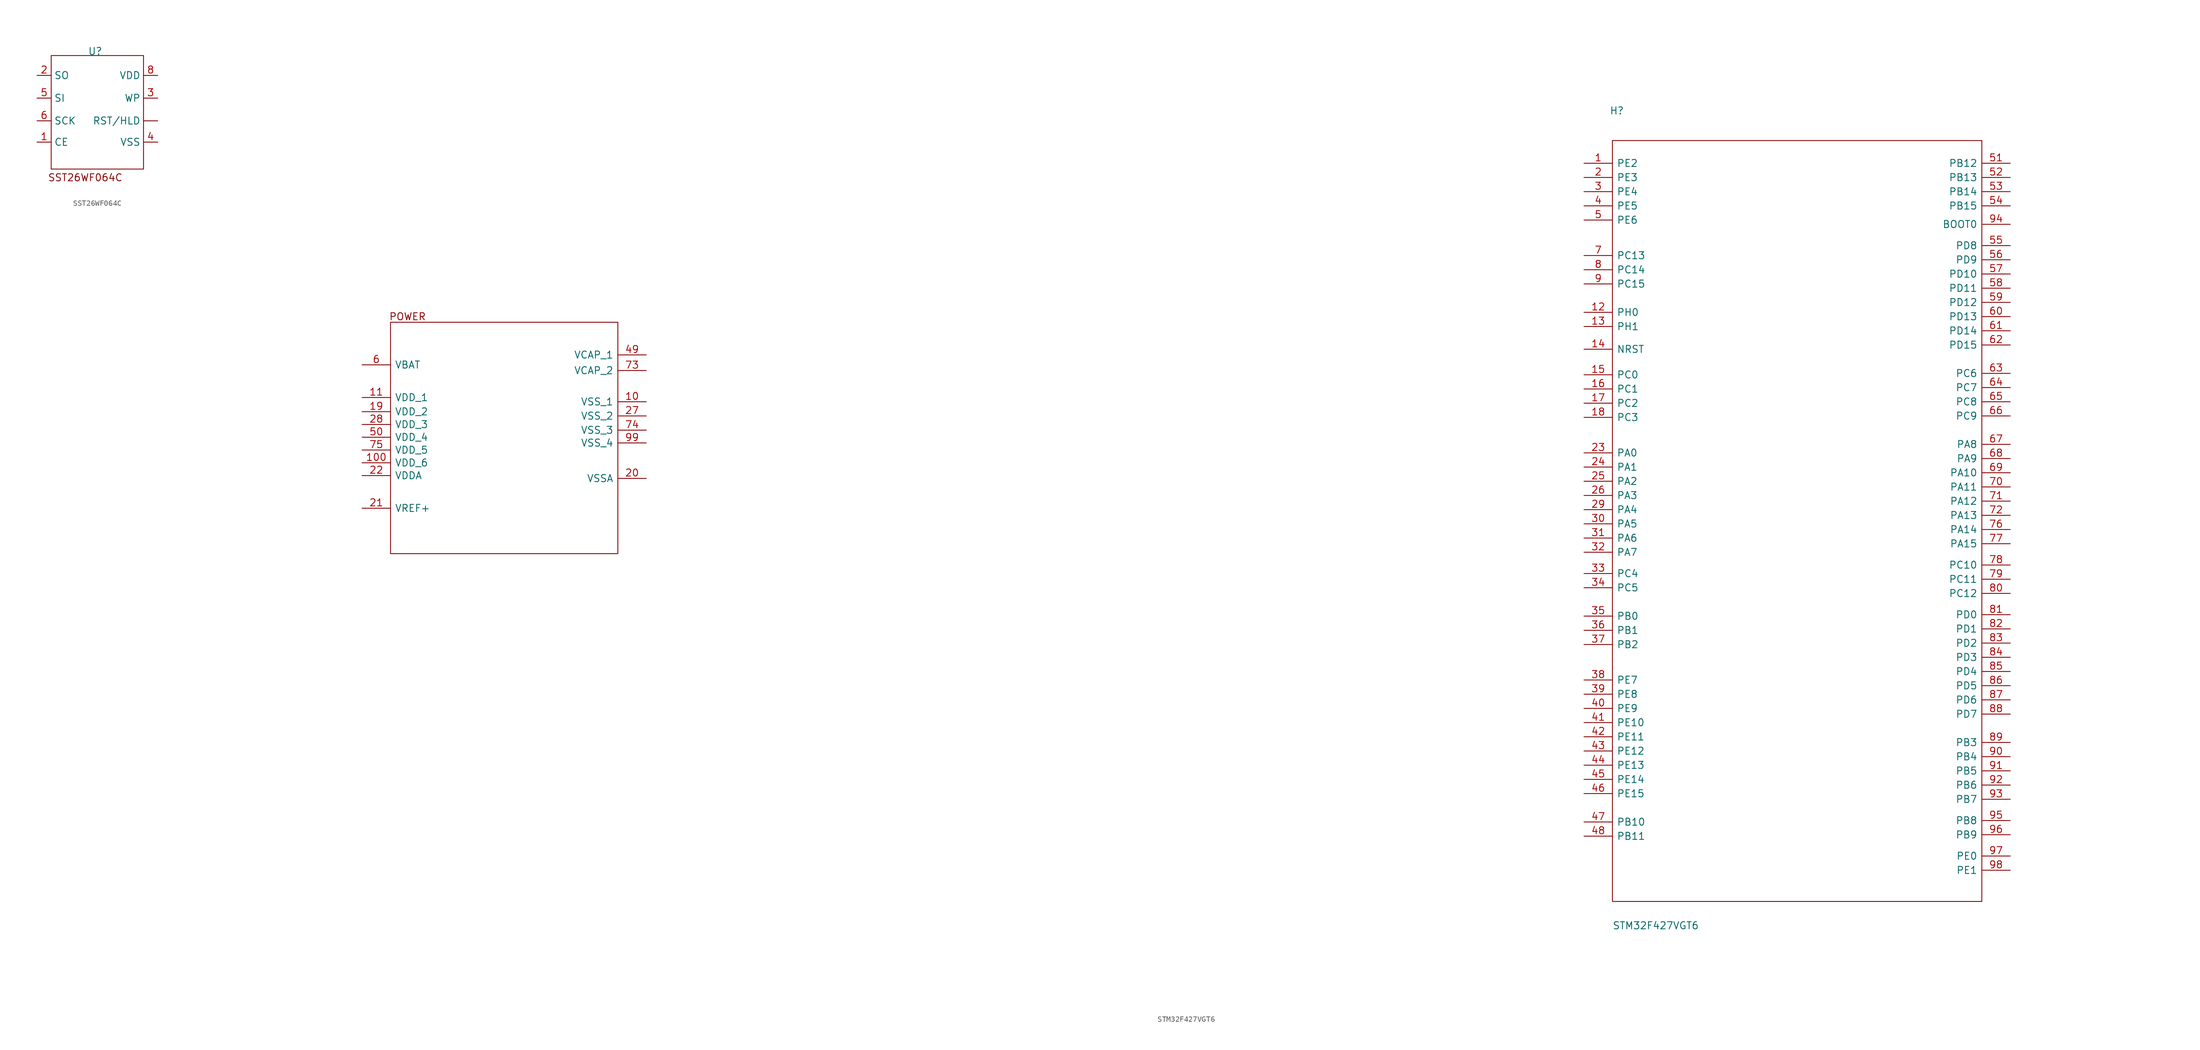
<source format=kicad_sym>
(kicad_symbol_lib
  (version 20220914)
  (generator kicad_symbol_editor)
  (symbol "SST26WF064C"
    (property "Reference" "U"
      (at 1.778 -2.286 0)
      (effects (font (size 1.27 1.27))))
    (property "Value" ""
      (at 0 0 0)
      (effects (font (size 1.27 1.27))))
    (symbol "SST26WF064C_0_1"
      (rectangle (start -6.096 -3.048) (end 10.414 -23.368) (stroke (width 0) (type default)) (fill (type none)))
      (text "SST26WF064C" (at 0 -24.892 0) (effects (font (size 1.27 1.27)))))
    (symbol "SST26WF064C_1_1"
      (pin input line (at 12.954 -14.732 180) (length 2.54) (name "RST/HLD" (effects (font (size 1.27 1.27)))) (number "" (effects (font (size 1.27 1.27)))))
      (pin input line (at -8.636 -18.542 0) (length 2.54) (name "CE" (effects (font (size 1.27 1.27)))) (number "1" (effects (font (size 1.27 1.27)))))
      (pin input line (at -8.636 -6.604 0) (length 2.54) (name "SO" (effects (font (size 1.27 1.27)))) (number "2" (effects (font (size 1.27 1.27)))))
      (pin input line (at 12.954 -10.668 180) (length 2.54) (name "WP" (effects (font (size 1.27 1.27)))) (number "3" (effects (font (size 1.27 1.27)))))
      (pin input line (at 12.954 -18.542 180) (length 2.54) (name "VSS" (effects (font (size 1.27 1.27)))) (number "4" (effects (font (size 1.27 1.27)))))
      (pin input line (at -8.636 -10.668 0) (length 2.54) (name "SI" (effects (font (size 1.27 1.27)))) (number "5" (effects (font (size 1.27 1.27)))))
      (pin input line (at -8.636 -14.732 0) (length 2.54) (name "SCK" (effects (font (size 1.27 1.27)))) (number "6" (effects (font (size 1.27 1.27)))))
      (pin input line (at 12.954 -6.604 180) (length 2.54) (name "VDD" (effects (font (size 1.27 1.27)))) (number "8" (effects (font (size 1.27 1.27)))))))
  (symbol "STM32F427VGT6"
    (pin_names
      (offset 0.762))
    (property "Reference" "H"
      (at 4.572 16.764 0)
      (effects (font (size 1.27 1.27)) (justify left)))
    (property "Value" "STM32F427VGT6"
      (at 5.08 -129.032 0)
      (effects (font (size 1.27 1.27)) (justify left)))
    (symbol "STM32F427VGT6_0_0"
      (pin passive line (at 0 7.366 0) (length 5.08) (name "PE2" (effects (font (size 1.27 1.27)))) (number "1" (effects (font (size 1.27 1.27)))))
      (pin passive line (at -167.64 -35.306 180) (length 5.08) (name "VSS_1" (effects (font (size 1.27 1.27)))) (number "10" (effects (font (size 1.27 1.27)))))
      (pin passive line (at -218.44 -46.228 0) (length 5.08) (name "VDD_6" (effects (font (size 1.27 1.27)))) (number "100" (effects (font (size 1.27 1.27)))))
      (pin passive line (at -218.44 -34.544 0) (length 5.08) (name "VDD_1" (effects (font (size 1.27 1.27)))) (number "11" (effects (font (size 1.27 1.27)))))
      (pin passive line (at 0 -19.304 0) (length 5.08) (name "PH0" (effects (font (size 1.27 1.27)))) (number "12" (effects (font (size 1.27 1.27)))))
      (pin passive line (at 0 -21.844 0) (length 5.08) (name "PH1" (effects (font (size 1.27 1.27)))) (number "13" (effects (font (size 1.27 1.27)))))
      (pin passive line (at 0 -25.908 0) (length 5.08) (name "NRST" (effects (font (size 1.27 1.27)))) (number "14" (effects (font (size 1.27 1.27)))))
      (pin passive line (at 0 -30.48 0) (length 5.08) (name "PC0" (effects (font (size 1.27 1.27)))) (number "15" (effects (font (size 1.27 1.27)))))
      (pin passive line (at 0 -33.02 0) (length 5.08) (name "PC1" (effects (font (size 1.27 1.27)))) (number "16" (effects (font (size 1.27 1.27)))))
      (pin passive line (at 0 -35.56 0) (length 5.08) (name "PC2" (effects (font (size 1.27 1.27)))) (number "17" (effects (font (size 1.27 1.27)))))
      (pin passive line (at 0 -38.1 0) (length 5.08) (name "PC3" (effects (font (size 1.27 1.27)))) (number "18" (effects (font (size 1.27 1.27)))))
      (pin passive line (at -218.44 -37.084 0) (length 5.08) (name "VDD_2" (effects (font (size 1.27 1.27)))) (number "19" (effects (font (size 1.27 1.27)))))
      (pin passive line (at 0 4.826 0) (length 5.08) (name "PE3" (effects (font (size 1.27 1.27)))) (number "2" (effects (font (size 1.27 1.27)))))
      (pin passive line (at -167.64 -49.022 180) (length 5.08) (name "VSSA" (effects (font (size 1.27 1.27)))) (number "20" (effects (font (size 1.27 1.27)))))
      (pin passive line (at -218.44 -54.356 0) (length 5.08) (name "VREF+" (effects (font (size 1.27 1.27)))) (number "21" (effects (font (size 1.27 1.27)))))
      (pin passive line (at -218.44 -48.514 0) (length 5.08) (name "VDDA" (effects (font (size 1.27 1.27)))) (number "22" (effects (font (size 1.27 1.27)))))
      (pin passive line (at 0 -44.45 0) (length 5.08) (name "PA0" (effects (font (size 1.27 1.27)))) (number "23" (effects (font (size 1.27 1.27)))))
      (pin passive line (at 0 -46.99 0) (length 5.08) (name "PA1" (effects (font (size 1.27 1.27)))) (number "24" (effects (font (size 1.27 1.27)))))
      (pin passive line (at 0 -49.53 0) (length 5.08) (name "PA2" (effects (font (size 1.27 1.27)))) (number "25" (effects (font (size 1.27 1.27)))))
      (pin passive line (at 0 -52.07 0) (length 5.08) (name "PA3" (effects (font (size 1.27 1.27)))) (number "26" (effects (font (size 1.27 1.27)))))
      (pin passive line (at -167.64 -37.846 180) (length 5.08) (name "VSS_2" (effects (font (size 1.27 1.27)))) (number "27" (effects (font (size 1.27 1.27)))))
      (pin passive line (at -218.44 -39.37 0) (length 5.08) (name "VDD_3" (effects (font (size 1.27 1.27)))) (number "28" (effects (font (size 1.27 1.27)))))
      (pin passive line (at 0 -54.61 0) (length 5.08) (name "PA4" (effects (font (size 1.27 1.27)))) (number "29" (effects (font (size 1.27 1.27)))))
      (pin passive line (at 0 2.286 0) (length 5.08) (name "PE4" (effects (font (size 1.27 1.27)))) (number "3" (effects (font (size 1.27 1.27)))))
      (pin passive line (at 0 -57.15 0) (length 5.08) (name "PA5" (effects (font (size 1.27 1.27)))) (number "30" (effects (font (size 1.27 1.27)))))
      (pin passive line (at 0 -59.69 0) (length 5.08) (name "PA6" (effects (font (size 1.27 1.27)))) (number "31" (effects (font (size 1.27 1.27)))))
      (pin passive line (at 0 -62.23 0) (length 5.08) (name "PA7" (effects (font (size 1.27 1.27)))) (number "32" (effects (font (size 1.27 1.27)))))
      (pin passive line (at 0 -66.04 0) (length 5.08) (name "PC4" (effects (font (size 1.27 1.27)))) (number "33" (effects (font (size 1.27 1.27)))))
      (pin passive line (at 0 -68.58 0) (length 5.08) (name "PC5" (effects (font (size 1.27 1.27)))) (number "34" (effects (font (size 1.27 1.27)))))
      (pin passive line (at 0 -73.66 0) (length 5.08) (name "PB0" (effects (font (size 1.27 1.27)))) (number "35" (effects (font (size 1.27 1.27)))))
      (pin passive line (at 0 -76.2 0) (length 5.08) (name "PB1" (effects (font (size 1.27 1.27)))) (number "36" (effects (font (size 1.27 1.27)))))
      (pin passive line (at 0 -78.74 0) (length 5.08) (name "PB2" (effects (font (size 1.27 1.27)))) (number "37" (effects (font (size 1.27 1.27)))))
      (pin passive line (at 0 -85.09 0) (length 5.08) (name "PE7" (effects (font (size 1.27 1.27)))) (number "38" (effects (font (size 1.27 1.27)))))
      (pin passive line (at 0 -87.63 0) (length 5.08) (name "PE8" (effects (font (size 1.27 1.27)))) (number "39" (effects (font (size 1.27 1.27)))))
      (pin passive line (at 0 -0.254 0) (length 5.08) (name "PE5" (effects (font (size 1.27 1.27)))) (number "4" (effects (font (size 1.27 1.27)))))
      (pin passive line (at 0 -90.17 0) (length 5.08) (name "PE9" (effects (font (size 1.27 1.27)))) (number "40" (effects (font (size 1.27 1.27)))))
      (pin passive line (at 0 -92.71 0) (length 5.08) (name "PE10" (effects (font (size 1.27 1.27)))) (number "41" (effects (font (size 1.27 1.27)))))
      (pin passive line (at 0 -95.25 0) (length 5.08) (name "PE11" (effects (font (size 1.27 1.27)))) (number "42" (effects (font (size 1.27 1.27)))))
      (pin passive line (at 0 -97.79 0) (length 5.08) (name "PE12" (effects (font (size 1.27 1.27)))) (number "43" (effects (font (size 1.27 1.27)))))
      (pin passive line (at 0 -100.33 0) (length 5.08) (name "PE13" (effects (font (size 1.27 1.27)))) (number "44" (effects (font (size 1.27 1.27)))))
      (pin passive line (at 0 -102.87 0) (length 5.08) (name "PE14" (effects (font (size 1.27 1.27)))) (number "45" (effects (font (size 1.27 1.27)))))
      (pin passive line (at 0 -105.41 0) (length 5.08) (name "PE15" (effects (font (size 1.27 1.27)))) (number "46" (effects (font (size 1.27 1.27)))))
      (pin passive line (at 0 -110.49 0) (length 5.08) (name "PB10" (effects (font (size 1.27 1.27)))) (number "47" (effects (font (size 1.27 1.27)))))
      (pin passive line (at 0 -113.03 0) (length 5.08) (name "PB11" (effects (font (size 1.27 1.27)))) (number "48" (effects (font (size 1.27 1.27)))))
      (pin passive line (at -167.64 -26.924 180) (length 5.08) (name "VCAP_1" (effects (font (size 1.27 1.27)))) (number "49" (effects (font (size 1.27 1.27)))))
      (pin passive line (at 0 -2.794 0) (length 5.08) (name "PE6" (effects (font (size 1.27 1.27)))) (number "5" (effects (font (size 1.27 1.27)))))
      (pin passive line (at -218.44 -41.656 0) (length 5.08) (name "VDD_4" (effects (font (size 1.27 1.27)))) (number "50" (effects (font (size 1.27 1.27)))))
      (pin passive line (at 76.2 7.366 180) (length 5.08) (name "PB12" (effects (font (size 1.27 1.27)))) (number "51" (effects (font (size 1.27 1.27)))))
      (pin passive line (at 76.2 4.826 180) (length 5.08) (name "PB13" (effects (font (size 1.27 1.27)))) (number "52" (effects (font (size 1.27 1.27)))))
      (pin passive line (at 76.2 2.286 180) (length 5.08) (name "PB14" (effects (font (size 1.27 1.27)))) (number "53" (effects (font (size 1.27 1.27)))))
      (pin passive line (at 76.2 -0.254 180) (length 5.08) (name "PB15" (effects (font (size 1.27 1.27)))) (number "54" (effects (font (size 1.27 1.27)))))
      (pin passive line (at 76.2 -7.366 180) (length 5.08) (name "PD8" (effects (font (size 1.27 1.27)))) (number "55" (effects (font (size 1.27 1.27)))))
      (pin passive line (at 76.2 -9.906 180) (length 5.08) (name "PD9" (effects (font (size 1.27 1.27)))) (number "56" (effects (font (size 1.27 1.27)))))
      (pin passive line (at 76.2 -12.446 180) (length 5.08) (name "PD10" (effects (font (size 1.27 1.27)))) (number "57" (effects (font (size 1.27 1.27)))))
      (pin passive line (at 76.2 -14.986 180) (length 5.08) (name "PD11" (effects (font (size 1.27 1.27)))) (number "58" (effects (font (size 1.27 1.27)))))
      (pin passive line (at 76.2 -17.526 180) (length 5.08) (name "PD12" (effects (font (size 1.27 1.27)))) (number "59" (effects (font (size 1.27 1.27)))))
      (pin passive line (at -218.44 -28.702 0) (length 5.08) (name "VBAT" (effects (font (size 1.27 1.27)))) (number "6" (effects (font (size 1.27 1.27)))))
      (pin passive line (at 76.2 -20.066 180) (length 5.08) (name "PD13" (effects (font (size 1.27 1.27)))) (number "60" (effects (font (size 1.27 1.27)))))
      (pin passive line (at 76.2 -22.606 180) (length 5.08) (name "PD14" (effects (font (size 1.27 1.27)))) (number "61" (effects (font (size 1.27 1.27)))))
      (pin passive line (at 76.2 -25.146 180) (length 5.08) (name "PD15" (effects (font (size 1.27 1.27)))) (number "62" (effects (font (size 1.27 1.27)))))
      (pin passive line (at 76.2 -30.226 180) (length 5.08) (name "PC6" (effects (font (size 1.27 1.27)))) (number "63" (effects (font (size 1.27 1.27)))))
      (pin passive line (at 76.2 -32.766 180) (length 5.08) (name "PC7" (effects (font (size 1.27 1.27)))) (number "64" (effects (font (size 1.27 1.27)))))
      (pin passive line (at 76.2 -35.306 180) (length 5.08) (name "PC8" (effects (font (size 1.27 1.27)))) (number "65" (effects (font (size 1.27 1.27)))))
      (pin passive line (at 76.2 -37.846 180) (length 5.08) (name "PC9" (effects (font (size 1.27 1.27)))) (number "66" (effects (font (size 1.27 1.27)))))
      (pin passive line (at 76.2 -42.926 180) (length 5.08) (name "PA8" (effects (font (size 1.27 1.27)))) (number "67" (effects (font (size 1.27 1.27)))))
      (pin passive line (at 76.2 -45.466 180) (length 5.08) (name "PA9" (effects (font (size 1.27 1.27)))) (number "68" (effects (font (size 1.27 1.27)))))
      (pin passive line (at 76.2 -48.006 180) (length 5.08) (name "PA10" (effects (font (size 1.27 1.27)))) (number "69" (effects (font (size 1.27 1.27)))))
      (pin passive line (at 0 -9.144 0) (length 5.08) (name "PC13" (effects (font (size 1.27 1.27)))) (number "7" (effects (font (size 1.27 1.27)))))
      (pin passive line (at 76.2 -50.546 180) (length 5.08) (name "PA11" (effects (font (size 1.27 1.27)))) (number "70" (effects (font (size 1.27 1.27)))))
      (pin passive line (at 76.2 -53.086 180) (length 5.08) (name "PA12" (effects (font (size 1.27 1.27)))) (number "71" (effects (font (size 1.27 1.27)))))
      (pin passive line (at 76.2 -55.626 180) (length 5.08) (name "PA13" (effects (font (size 1.27 1.27)))) (number "72" (effects (font (size 1.27 1.27)))))
      (pin passive line (at -167.64 -29.718 180) (length 5.08) (name "VCAP_2" (effects (font (size 1.27 1.27)))) (number "73" (effects (font (size 1.27 1.27)))))
      (pin passive line (at -167.64 -40.386 180) (length 5.08) (name "VSS_3" (effects (font (size 1.27 1.27)))) (number "74" (effects (font (size 1.27 1.27)))))
      (pin passive line (at -218.44 -43.942 0) (length 5.08) (name "VDD_5" (effects (font (size 1.27 1.27)))) (number "75" (effects (font (size 1.27 1.27)))))
      (pin passive line (at 76.2 -58.166 180) (length 5.08) (name "PA14" (effects (font (size 1.27 1.27)))) (number "76" (effects (font (size 1.27 1.27)))))
      (pin passive line (at 76.2 -60.706 180) (length 5.08) (name "PA15" (effects (font (size 1.27 1.27)))) (number "77" (effects (font (size 1.27 1.27)))))
      (pin passive line (at 76.2 -64.516 180) (length 5.08) (name "PC10" (effects (font (size 1.27 1.27)))) (number "78" (effects (font (size 1.27 1.27)))))
      (pin passive line (at 76.2 -67.056 180) (length 5.08) (name "PC11" (effects (font (size 1.27 1.27)))) (number "79" (effects (font (size 1.27 1.27)))))
      (pin passive line (at 0 -11.684 0) (length 5.08) (name "PC14" (effects (font (size 1.27 1.27)))) (number "8" (effects (font (size 1.27 1.27)))))
      (pin passive line (at 76.2 -69.596 180) (length 5.08) (name "PC12" (effects (font (size 1.27 1.27)))) (number "80" (effects (font (size 1.27 1.27)))))
      (pin passive line (at 76.2 -73.406 180) (length 5.08) (name "PD0" (effects (font (size 1.27 1.27)))) (number "81" (effects (font (size 1.27 1.27)))))
      (pin passive line (at 76.2 -75.946 180) (length 5.08) (name "PD1" (effects (font (size 1.27 1.27)))) (number "82" (effects (font (size 1.27 1.27)))))
      (pin passive line (at 76.2 -78.486 180) (length 5.08) (name "PD2" (effects (font (size 1.27 1.27)))) (number "83" (effects (font (size 1.27 1.27)))))
      (pin passive line (at 76.2 -81.026 180) (length 5.08) (name "PD3" (effects (font (size 1.27 1.27)))) (number "84" (effects (font (size 1.27 1.27)))))
      (pin passive line (at 76.2 -83.566 180) (length 5.08) (name "PD4" (effects (font (size 1.27 1.27)))) (number "85" (effects (font (size 1.27 1.27)))))
      (pin passive line (at 76.2 -86.106 180) (length 5.08) (name "PD5" (effects (font (size 1.27 1.27)))) (number "86" (effects (font (size 1.27 1.27)))))
      (pin passive line (at 76.2 -88.646 180) (length 5.08) (name "PD6" (effects (font (size 1.27 1.27)))) (number "87" (effects (font (size 1.27 1.27)))))
      (pin passive line (at 76.2 -91.186 180) (length 5.08) (name "PD7" (effects (font (size 1.27 1.27)))) (number "88" (effects (font (size 1.27 1.27)))))
      (pin passive line (at 76.2 -96.266 180) (length 5.08) (name "PB3" (effects (font (size 1.27 1.27)))) (number "89" (effects (font (size 1.27 1.27)))))
      (pin passive line (at 0 -14.224 0) (length 5.08) (name "PC15" (effects (font (size 1.27 1.27)))) (number "9" (effects (font (size 1.27 1.27)))))
      (pin passive line (at 76.2 -98.806 180) (length 5.08) (name "PB4" (effects (font (size 1.27 1.27)))) (number "90" (effects (font (size 1.27 1.27)))))
      (pin passive line (at 76.2 -101.346 180) (length 5.08) (name "PB5" (effects (font (size 1.27 1.27)))) (number "91" (effects (font (size 1.27 1.27)))))
      (pin passive line (at 76.2 -103.886 180) (length 5.08) (name "PB6" (effects (font (size 1.27 1.27)))) (number "92" (effects (font (size 1.27 1.27)))))
      (pin passive line (at 76.2 -106.426 180) (length 5.08) (name "PB7" (effects (font (size 1.27 1.27)))) (number "93" (effects (font (size 1.27 1.27)))))
      (pin passive line (at 76.2 -3.556 180) (length 5.08) (name "BOOT0" (effects (font (size 1.27 1.27)))) (number "94" (effects (font (size 1.27 1.27)))))
      (pin passive line (at 76.2 -110.236 180) (length 5.08) (name "PB8" (effects (font (size 1.27 1.27)))) (number "95" (effects (font (size 1.27 1.27)))))
      (pin passive line (at 76.2 -112.776 180) (length 5.08) (name "PB9" (effects (font (size 1.27 1.27)))) (number "96" (effects (font (size 1.27 1.27)))))
      (pin passive line (at 76.2 -116.586 180) (length 5.08) (name "PE0" (effects (font (size 1.27 1.27)))) (number "97" (effects (font (size 1.27 1.27)))))
      (pin passive line (at 76.2 -119.126 180) (length 5.08) (name "PE1" (effects (font (size 1.27 1.27)))) (number "98" (effects (font (size 1.27 1.27)))))
      (pin passive line (at -167.64 -42.672 180) (length 5.08) (name "VSS_4" (effects (font (size 1.27 1.27)))) (number "99" (effects (font (size 1.27 1.27))))))
    (symbol "STM32F427VGT6_0_1"
      (rectangle (start -213.36 -21.082) (end -172.72 -62.484) (stroke (width 0) (type default)) (fill (type none)))
      (rectangle (start 5.08 11.43) (end 71.12 -124.714) (stroke (width 0) (type default)) (fill (type none)))
      (text "POWER\n" (at -210.312 -20.066 0) (effects (font (size 1.27 1.27)))))))
</source>
